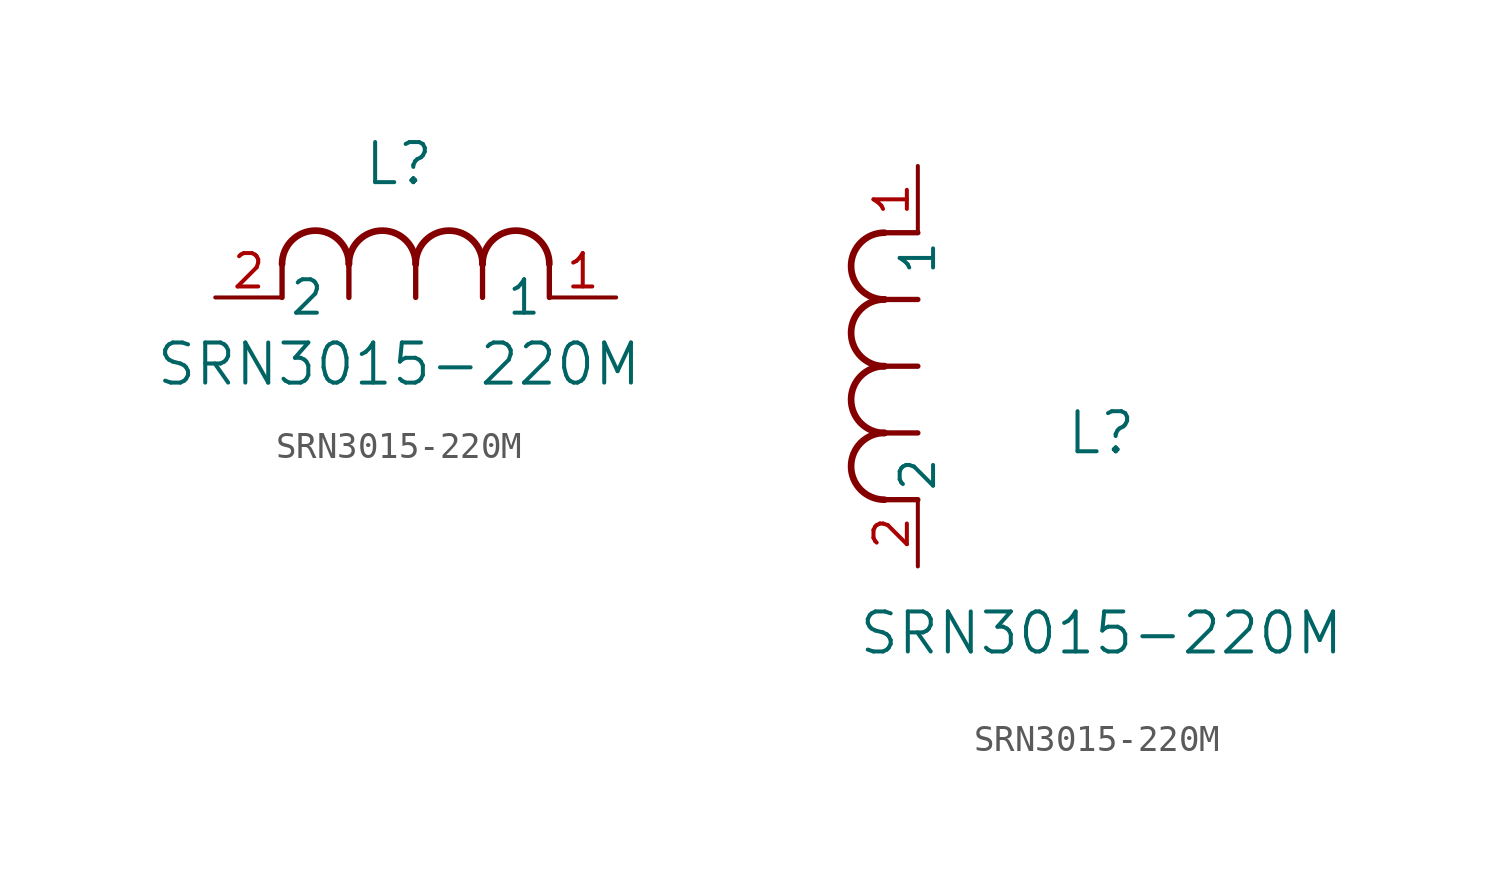
<source format=kicad_sym>
(kicad_symbol_lib
  (version 20211014)
  (generator kicad_symbol_editor)
  (symbol "SRN3015-220M"
    (pin_names
      (offset 0.254))
    (property "Reference" "L"
      (at 6.985 5.08 0)
      (effects (font (size 1.524 1.524))))
    (property "Value" "SRN3015-220M"
      (at 6.985 -2.54 0)
      (effects (font (size 1.524 1.524))))
    (symbol "SRN3015-220M_1_1"
      (arc (start 7.62 1.27) (mid 6.35 2.54) (end 5.08 1.27) (stroke (width 0.254) (type default) (color 0 0 0 0)) (fill (type none)))
      (polyline (pts (xy 5.08 0) (xy 5.08 1.27)) (stroke (width 0.203) (type default) (color 0 0 0 0)) (fill (type none)))
      (polyline (pts (xy 7.62 0) (xy 7.62 1.27)) (stroke (width 0.203) (type default) (color 0 0 0 0)) (fill (type none)))
      (polyline (pts (xy 12.7 0) (xy 12.7 1.27)) (stroke (width 0.203) (type default) (color 0 0 0 0)) (fill (type none)))
      (arc (start 5.08 1.27) (mid 3.81 2.54) (end 2.54 1.27) (stroke (width 0.254) (type default) (color 0 0 0 0)) (fill (type none)))
      (arc (start 10.16 1.27) (mid 8.89 2.54) (end 7.62 1.27) (stroke (width 0.254) (type default) (color 0 0 0 0)) (fill (type none)))
      (arc (start 12.7 1.27) (mid 11.43 2.54) (end 10.16 1.27) (stroke (width 0.254) (type default) (color 0 0 0 0)) (fill (type none)))
      (polyline (pts (xy 2.54 0) (xy 2.54 1.27)) (stroke (width 0.203) (type default) (color 0 0 0 0)) (fill (type none)))
      (polyline (pts (xy 10.16 0) (xy 10.16 1.27)) (stroke (width 0.203) (type default) (color 0 0 0 0)) (fill (type none)))
      (pin unspecified line (at 0 0 0) (length 2.54) (name "2" (effects (font (size 1.27 1.27)))) (number "2" (effects (font (size 1.27 1.27)))))
      (pin unspecified line (at 15.24 0 180) (length 2.54) (name "1" (effects (font (size 1.27 1.27)))) (number "1" (effects (font (size 1.27 1.27))))))
    (symbol "SRN3015-220M_1_2"
      (arc (start -1.27 7.62) (mid -2.54 6.35) (end -1.27 5.08) (stroke (width 0.254) (type default) (color 0 0 0 0)) (fill (type none)))
      (arc (start -1.27 5.08) (mid -2.54 3.81) (end -1.27 2.54) (stroke (width 0.254) (type default) (color 0 0 0 0)) (fill (type none)))
      (arc (start -1.27 12.7) (mid -2.54 11.43) (end -1.27 10.16) (stroke (width 0.254) (type default) (color 0 0 0 0)) (fill (type none)))
      (arc (start -1.27 10.16) (mid -2.54 8.89) (end -1.27 7.62) (stroke (width 0.254) (type default) (color 0 0 0 0)) (fill (type none)))
      (polyline (pts (xy 0 7.62) (xy -1.27 7.62)) (stroke (width 0.203) (type default) (color 0 0 0 0)) (fill (type none)))
      (polyline (pts (xy 0 5.08) (xy -1.27 5.08)) (stroke (width 0.203) (type default) (color 0 0 0 0)) (fill (type none)))
      (polyline (pts (xy 0 12.7) (xy -1.27 12.7)) (stroke (width 0.203) (type default) (color 0 0 0 0)) (fill (type none)))
      (polyline (pts (xy 0 2.54) (xy -1.27 2.54)) (stroke (width 0.203) (type default) (color 0 0 0 0)) (fill (type none)))
      (polyline (pts (xy 0 10.16) (xy -1.27 10.16)) (stroke (width 0.203) (type default) (color 0 0 0 0)) (fill (type none)))
      (pin unspecified line (at 0 0 90) (length 2.54) (name "2" (effects (font (size 1.27 1.27)))) (number "2" (effects (font (size 1.27 1.27)))))
      (pin unspecified line (at 0 15.24 270) (length 2.54) (name "1" (effects (font (size 1.27 1.27)))) (number "1" (effects (font (size 1.27 1.27))))))))
</source>
